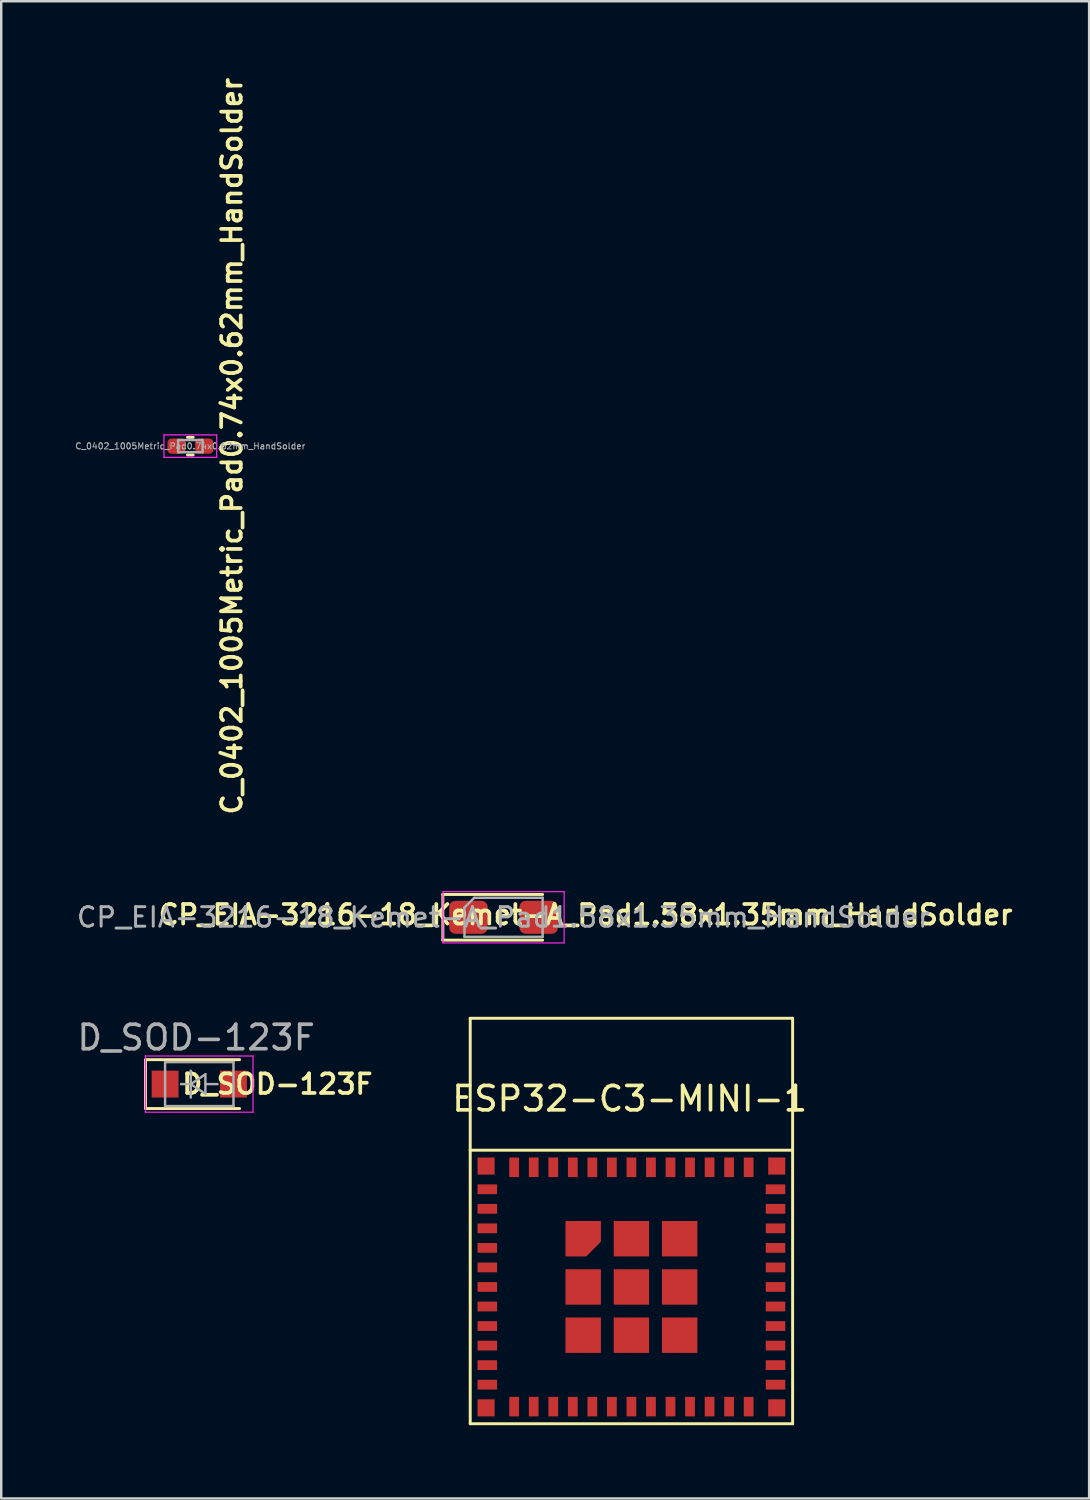
<source format=kicad_pcb>
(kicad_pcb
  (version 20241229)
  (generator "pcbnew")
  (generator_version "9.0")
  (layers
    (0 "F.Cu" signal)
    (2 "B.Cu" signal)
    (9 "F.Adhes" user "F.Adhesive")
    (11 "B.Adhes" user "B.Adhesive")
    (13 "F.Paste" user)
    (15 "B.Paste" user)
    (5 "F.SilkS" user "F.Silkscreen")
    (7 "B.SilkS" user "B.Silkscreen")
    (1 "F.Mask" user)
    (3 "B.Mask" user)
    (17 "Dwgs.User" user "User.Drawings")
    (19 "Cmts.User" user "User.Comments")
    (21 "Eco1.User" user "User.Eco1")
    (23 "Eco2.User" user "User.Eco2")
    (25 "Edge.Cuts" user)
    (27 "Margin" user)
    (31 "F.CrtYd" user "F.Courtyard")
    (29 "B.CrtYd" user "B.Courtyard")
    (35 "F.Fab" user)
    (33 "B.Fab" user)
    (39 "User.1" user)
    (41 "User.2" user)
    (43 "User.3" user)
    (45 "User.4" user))
  (footprint "CP_EIA-3216-18_Kemet-A_Pad1.58x1.35mm_HandSolder"
    (layer "F.Cu")
    (at 17.567 34.507)
    (property "Reference" "CP_EIA-3216-18_Kemet-A_Pad1.58x1.35mm_HandSolder" (at 3.359 -0.106 0) (layer "F.SilkS") (effects (font (size 0.8 0.8) (thickness 0.153))))
    (attr smd)
    (fp_line (start -2.485 -0.935) (end -2.485 0.935) (stroke (width 0.12) (type solid)) (layer "F.SilkS"))
    (fp_line (start -2.485 0.935) (end 1.6 0.935) (stroke (width 0.12) (type solid)) (layer "F.SilkS"))
    (fp_line (start 1.6 -0.935) (end -2.485 -0.935) (stroke (width 0.12) (type solid)) (layer "F.SilkS"))
    (fp_line (start -2.48 -1.05) (end 2.48 -1.05) (stroke (width 0.05) (type solid)) (layer "F.CrtYd"))
    (fp_line (start -2.48 1.05) (end -2.48 -1.05) (stroke (width 0.05) (type solid)) (layer "F.CrtYd"))
    (fp_line (start 2.48 -1.05) (end 2.48 1.05) (stroke (width 0.05) (type solid)) (layer "F.CrtYd"))
    (fp_line (start 2.48 1.05) (end -2.48 1.05) (stroke (width 0.05) (type solid)) (layer "F.CrtYd"))
    (fp_line (start -1.6 -0.4) (end -1.6 0.8) (stroke (width 0.1) (type solid)) (layer "F.Fab"))
    (fp_line (start -1.6 0.8) (end 1.6 0.8) (stroke (width 0.1) (type solid)) (layer "F.Fab"))
    (fp_line (start -1.2 -0.8) (end -1.6 -0.4) (stroke (width 0.1) (type solid)) (layer "F.Fab"))
    (fp_line (start 1.6 -0.8) (end -1.2 -0.8) (stroke (width 0.1) (type solid)) (layer "F.Fab"))
    (fp_line (start 1.6 0.8) (end 1.6 -0.8) (stroke (width 0.1) (type solid)) (layer "F.Fab"))
    (fp_text user "${REFERENCE}" (at 0 0 0) (layer "F.Fab") (effects (font (size 0.8 0.8) (thickness 0.12))))
    (pad "1" smd roundrect (at -1.438 0 180) (size 1.575 1.35) (layers "F.Cu" "F.Mask" "F.Paste") (roundrect_rratio 0.185))
    (pad "2" smd roundrect (at 1.438 0 180) (size 1.575 1.35) (layers "F.Cu" "F.Mask" "F.Paste") (roundrect_rratio 0.185)))
  (footprint "D_SOD-123F"
    (layer "F.Cu")
    (at 5.109 41.336)
    (property "Reference" "D_SOD-123F" (at 3.2 0 0) (layer "F.SilkS") (effects (font (size 0.8 0.8) (thickness 0.153))))
    (attr smd)
    (fp_line (start -2.2 -1) (end -2.2 1) (stroke (width 0.12) (type solid)) (layer "F.SilkS"))
    (fp_line (start -2.2 -1) (end 1.65 -1) (stroke (width 0.12) (type solid)) (layer "F.SilkS"))
    (fp_line (start -2.2 1) (end 1.65 1) (stroke (width 0.12) (type solid)) (layer "F.SilkS"))
    (fp_line (start -2.2 -1.15) (end -2.2 1.15) (stroke (width 0.05) (type solid)) (layer "F.CrtYd"))
    (fp_line (start -2.2 -1.15) (end 2.2 -1.15) (stroke (width 0.05) (type solid)) (layer "F.CrtYd"))
    (fp_line (start 2.2 -1.15) (end 2.2 1.15) (stroke (width 0.05) (type solid)) (layer "F.CrtYd"))
    (fp_line (start 2.2 1.15) (end -2.2 1.15) (stroke (width 0.05) (type solid)) (layer "F.CrtYd"))
    (fp_line (start -1.4 -0.9) (end 1.4 -0.9) (stroke (width 0.1) (type solid)) (layer "F.Fab"))
    (fp_line (start -1.4 0.9) (end -1.4 -0.9) (stroke (width 0.1) (type solid)) (layer "F.Fab"))
    (fp_line (start -0.75 0) (end -0.35 0) (stroke (width 0.1) (type solid)) (layer "F.Fab"))
    (fp_line (start -0.35 0) (end -0.35 -0.55) (stroke (width 0.1) (type solid)) (layer "F.Fab"))
    (fp_line (start -0.35 0) (end -0.35 0.55) (stroke (width 0.1) (type solid)) (layer "F.Fab"))
    (fp_line (start -0.35 0) (end 0.25 -0.4) (stroke (width 0.1) (type solid)) (layer "F.Fab"))
    (fp_line (start 0.25 -0.4) (end 0.25 0.4) (stroke (width 0.1) (type solid)) (layer "F.Fab"))
    (fp_line (start 0.25 0) (end 0.75 0) (stroke (width 0.1) (type solid)) (layer "F.Fab"))
    (fp_line (start 0.25 0.4) (end -0.35 0) (stroke (width 0.1) (type solid)) (layer "F.Fab"))
    (fp_line (start 1.4 -0.9) (end 1.4 0.9) (stroke (width 0.1) (type solid)) (layer "F.Fab"))
    (fp_line (start 1.4 0.9) (end -1.4 0.9) (stroke (width 0.1) (type solid)) (layer "F.Fab"))
    (fp_text user "${REFERENCE}" (at -0.127 -1.905 0) (layer "F.Fab") (effects (font (size 1 1) (thickness 0.15))))
    (pad "1" smd rect (at -1.4 0 180) (size 1.1 1.1) (layers "F.Cu" "F.Mask" "F.Paste"))
    (pad "2" smd rect (at 1.4 0 180) (size 1.1 1.1) (layers "F.Cu" "F.Mask" "F.Paste")))
  (footprint "C_0402_1005Metric_Pad0.74x0.62mm_HandSolder"
    (layer "F.Cu")
    (at 4.743 15.216)
    (property "Reference" "C_0402_1005Metric_Pad0.74x0.62mm_HandSolder" (at 1.7 0 90) (layer "F.SilkS") (effects (font (size 0.8 0.8) (thickness 0.153))))
    (attr smd)
    (fp_line (start -0.116 -0.36) (end 0.116 -0.36) (stroke (width 0.12) (type solid)) (layer "F.SilkS"))
    (fp_line (start -0.116 0.36) (end 0.116 0.36) (stroke (width 0.12) (type solid)) (layer "F.SilkS"))
    (fp_line (start -1.08 -0.46) (end 1.08 -0.46) (stroke (width 0.05) (type solid)) (layer "F.CrtYd"))
    (fp_line (start -1.08 0.46) (end -1.08 -0.46) (stroke (width 0.05) (type solid)) (layer "F.CrtYd"))
    (fp_line (start 1.08 -0.46) (end 1.08 0.46) (stroke (width 0.05) (type solid)) (layer "F.CrtYd"))
    (fp_line (start 1.08 0.46) (end -1.08 0.46) (stroke (width 0.05) (type solid)) (layer "F.CrtYd"))
    (fp_line (start -0.5 -0.25) (end 0.5 -0.25) (stroke (width 0.1) (type solid)) (layer "F.Fab"))
    (fp_line (start -0.5 0.25) (end -0.5 -0.25) (stroke (width 0.1) (type solid)) (layer "F.Fab"))
    (fp_line (start 0.5 -0.25) (end 0.5 0.25) (stroke (width 0.1) (type solid)) (layer "F.Fab"))
    (fp_line (start 0.5 0.25) (end -0.5 0.25) (stroke (width 0.1) (type solid)) (layer "F.Fab"))
    (fp_text user "${REFERENCE}" (at 0 0 0) (layer "F.Fab") (effects (font (size 0.25 0.25) (thickness 0.04))))
    (pad "1" smd roundrect (at -0.568 0 180) (size 0.735 0.62) (layers "F.Cu" "F.Mask" "F.Paste") (roundrect_rratio 0.25))
    (pad "2" smd roundrect (at 0.568 0 180) (size 0.735 0.62) (layers "F.Cu" "F.Mask" "F.Paste") (roundrect_rratio 0.25)))
  (footprint "ESP32-C3-MINI-1"
    (layer "F.Cu")
    (at 22.802 49.642)
    (property "Reference" "ESP32-C3-MINI-1" (at -0.071 -7.707 0) (layer "F.SilkS") (effects (font (size 1 1) (thickness 0.15))))
    (attr through_hole)
    (fp_line (start -6.6 -11) (end -6.6 -5.6) (stroke (width 0.12) (type solid)) (layer "F.SilkS"))
    (fp_line (start -6.6 -5.6) (end -6.6 5.6) (stroke (width 0.12) (type solid)) (layer "F.SilkS"))
    (fp_line (start -6.6 5.6) (end 6.6 5.6) (stroke (width 0.12) (type solid)) (layer "F.SilkS"))
    (fp_line (start 6.6 -11) (end -6.6 -11) (stroke (width 0.12) (type solid)) (layer "F.SilkS"))
    (fp_line (start 6.6 -5.6) (end -6.6 -5.6) (stroke (width 0.12) (type solid)) (layer "F.SilkS"))
    (fp_line (start 6.6 -5.6) (end 6.6 -11) (stroke (width 0.12) (type solid)) (layer "F.SilkS"))
    (fp_line (start 6.6 5.6) (end 6.6 -5.6) (stroke (width 0.12) (type solid)) (layer "F.SilkS"))
    (pad "1" smd rect (at -5.9 -4 180) (size 0.8 0.4) (layers "F.Cu" "F.Mask" "F.Paste"))
    (pad "2" smd rect (at -5.9 -3.2 180) (size 0.8 0.4) (layers "F.Cu" "F.Mask" "F.Paste"))
    (pad "3" smd rect (at -5.9 -2.4 180) (size 0.8 0.4) (layers "F.Cu" "F.Mask" "F.Paste"))
    (pad "4" smd rect (at -5.9 -1.6 180) (size 0.8 0.4) (layers "F.Cu" "F.Mask" "F.Paste"))
    (pad "5" smd rect (at -5.9 -0.8 180) (size 0.8 0.4) (layers "F.Cu" "F.Mask" "F.Paste"))
    (pad "6" smd rect (at -5.9 0 180) (size 0.8 0.4) (layers "F.Cu" "F.Mask" "F.Paste"))
    (pad "7" smd rect (at -5.9 0.8 180) (size 0.8 0.4) (layers "F.Cu" "F.Mask" "F.Paste"))
    (pad "8" smd rect (at -5.9 1.6 180) (size 0.8 0.4) (layers "F.Cu" "F.Mask" "F.Paste"))
    (pad "9" smd rect (at -5.9 2.4 180) (size 0.8 0.4) (layers "F.Cu" "F.Mask" "F.Paste"))
    (pad "10" smd rect (at -5.9 3.2 180) (size 0.8 0.4) (layers "F.Cu" "F.Mask" "F.Paste"))
    (pad "11" smd rect (at -5.9 4 180) (size 0.8 0.4) (layers "F.Cu" "F.Mask" "F.Paste"))
    (pad "12" smd rect (at -4.8 4.9 270) (size 0.8 0.4) (layers "F.Cu" "F.Mask" "F.Paste"))
    (pad "13" smd rect (at -4 4.9 270) (size 0.8 0.4) (layers "F.Cu" "F.Mask" "F.Paste"))
    (pad "14" smd rect (at -3.2 4.9 270) (size 0.8 0.4) (layers "F.Cu" "F.Mask" "F.Paste"))
    (pad "15" smd rect (at -2.4 4.9 270) (size 0.8 0.4) (layers "F.Cu" "F.Mask" "F.Paste"))
    (pad "16" smd rect (at -1.6 4.9 270) (size 0.8 0.4) (layers "F.Cu" "F.Mask" "F.Paste"))
    (pad "17" smd rect (at -0.8 4.9 270) (size 0.8 0.4) (layers "F.Cu" "F.Mask" "F.Paste"))
    (pad "18" smd rect (at 0 4.9 270) (size 0.8 0.4) (layers "F.Cu" "F.Mask" "F.Paste"))
    (pad "19" smd rect (at 0.8 4.9 270) (size 0.8 0.4) (layers "F.Cu" "F.Mask" "F.Paste"))
    (pad "20" smd rect (at 1.6 4.9 270) (size 0.8 0.4) (layers "F.Cu" "F.Mask" "F.Paste"))
    (pad "21" smd rect (at 2.4 4.9 270) (size 0.8 0.4) (layers "F.Cu" "F.Mask" "F.Paste"))
    (pad "22" smd rect (at 3.2 4.9 270) (size 0.8 0.4) (layers "F.Cu" "F.Mask" "F.Paste"))
    (pad "23" smd rect (at 4 4.9 270) (size 0.8 0.4) (layers "F.Cu" "F.Mask" "F.Paste"))
    (pad "24" smd rect (at 4.8 4.9 270) (size 0.8 0.4) (layers "F.Cu" "F.Mask" "F.Paste"))
    (pad "25" smd rect (at 5.9 4) (size 0.8 0.4) (layers "F.Cu" "F.Mask" "F.Paste"))
    (pad "26" smd rect (at 5.9 3.2) (size 0.8 0.4) (layers "F.Cu" "F.Mask" "F.Paste"))
    (pad "27" smd rect (at 5.9 2.4) (size 0.8 0.4) (layers "F.Cu" "F.Mask" "F.Paste"))
    (pad "28" smd rect (at 5.9 1.6) (size 0.8 0.4) (layers "F.Cu" "F.Mask" "F.Paste"))
    (pad "29" smd rect (at 5.9 0.8) (size 0.8 0.4) (layers "F.Cu" "F.Mask" "F.Paste"))
    (pad "30" smd rect (at 5.9 0) (size 0.8 0.4) (layers "F.Cu" "F.Mask" "F.Paste"))
    (pad "31" smd rect (at 5.9 -0.8) (size 0.8 0.4) (layers "F.Cu" "F.Mask" "F.Paste"))
    (pad "32" smd rect (at 5.9 -1.6) (size 0.8 0.4) (layers "F.Cu" "F.Mask" "F.Paste"))
    (pad "33" smd rect (at 5.9 -2.4) (size 0.8 0.4) (layers "F.Cu" "F.Mask" "F.Paste"))
    (pad "34" smd rect (at 5.9 -3.2) (size 0.8 0.4) (layers "F.Cu" "F.Mask" "F.Paste"))
    (pad "35" smd rect (at 5.9 -4) (size 0.8 0.4) (layers "F.Cu" "F.Mask" "F.Paste"))
    (pad "36" smd rect (at 4.8 -4.9 90) (size 0.8 0.4) (layers "F.Cu" "F.Mask" "F.Paste"))
    (pad "37" smd rect (at 4 -4.9 90) (size 0.8 0.4) (layers "F.Cu" "F.Mask" "F.Paste"))
    (pad "38" smd rect (at 3.2 -4.9 90) (size 0.8 0.4) (layers "F.Cu" "F.Mask" "F.Paste"))
    (pad "39" smd rect (at 2.4 -4.9 90) (size 0.8 0.4) (layers "F.Cu" "F.Mask" "F.Paste"))
    (pad "40" smd rect (at 1.6 -4.9 90) (size 0.8 0.4) (layers "F.Cu" "F.Mask" "F.Paste"))
    (pad "41" smd rect (at 0.8 -4.9 90) (size 0.8 0.4) (layers "F.Cu" "F.Mask" "F.Paste"))
    (pad "42" smd rect (at 0 -4.9 90) (size 0.8 0.4) (layers "F.Cu" "F.Mask" "F.Paste"))
    (pad "43" smd rect (at -0.8 -4.9 90) (size 0.8 0.4) (layers "F.Cu" "F.Mask" "F.Paste"))
    (pad "44" smd rect (at -1.6 -4.9 90) (size 0.8 0.4) (layers "F.Cu" "F.Mask" "F.Paste"))
    (pad "45" smd rect (at -2.4 -4.9 90) (size 0.8 0.4) (layers "F.Cu" "F.Mask" "F.Paste"))
    (pad "46" smd rect (at -3.2 -4.9 90) (size 0.8 0.4) (layers "F.Cu" "F.Mask" "F.Paste"))
    (pad "47" smd rect (at -4 -4.9 90) (size 0.8 0.4) (layers "F.Cu" "F.Mask" "F.Paste"))
    (pad "48" smd rect (at -4.8 -4.9 90) (size 0.8 0.4) (layers "F.Cu" "F.Mask" "F.Paste"))
    (pad "49" smd custom (at -1.975 -1.975 180) (size 0.725 0.725) (layers "F.Cu" "F.Mask" "F.Paste") (options (anchor rect)) (primitives (gr_poly (pts (xy 0.725 -0.725) (xy -0.125 -0.725) (xy -0.725 -0.125) (xy -0.725 0.725) (xy 0.725 0.725)) (width 0) (fill yes))))
    (pad "49" smd rect (at -1.975 0 90) (size 1.45 1.45) (layers "F.Cu" "F.Mask" "F.Paste"))
    (pad "49" smd rect (at -1.975 1.975 90) (size 1.45 1.45) (layers "F.Cu" "F.Mask" "F.Paste"))
    (pad "49" smd rect (at 0 -1.975 90) (size 1.45 1.45) (layers "F.Cu" "F.Mask" "F.Paste"))
    (pad "49" smd rect (at 0 0 90) (size 1.45 1.45) (layers "F.Cu" "F.Mask" "F.Paste"))
    (pad "49" smd rect (at 0 1.975 90) (size 1.45 1.45) (layers "F.Cu" "F.Mask" "F.Paste"))
    (pad "49" smd rect (at 1.975 -1.975 90) (size 1.45 1.45) (layers "F.Cu" "F.Mask" "F.Paste"))
    (pad "49" smd rect (at 1.975 0 90) (size 1.45 1.45) (layers "F.Cu" "F.Mask" "F.Paste"))
    (pad "49" smd rect (at 1.975 1.975 90) (size 1.45 1.45) (layers "F.Cu" "F.Mask" "F.Paste"))
    (pad "50" smd rect (at 5.95 -4.95 90) (size 0.7 0.7) (layers "F.Cu" "F.Mask" "F.Paste"))
    (pad "51" smd rect (at 5.95 4.95 90) (size 0.7 0.7) (layers "F.Cu" "F.Mask" "F.Paste"))
    (pad "52" smd rect (at -5.95 4.95 90) (size 0.7 0.7) (layers "F.Cu" "F.Mask" "F.Paste"))
    (pad "53" smd rect (at -5.95 -4.95 90) (size 0.7 0.7) (layers "F.Cu" "F.Mask" "F.Paste")))
  (gr_rect
    (start -3 -3)
    (end 41.542 58.302)
    (stroke (width 0.1) (type default))
    (fill no)
    (layer "Edge.Cuts")))
</source>
